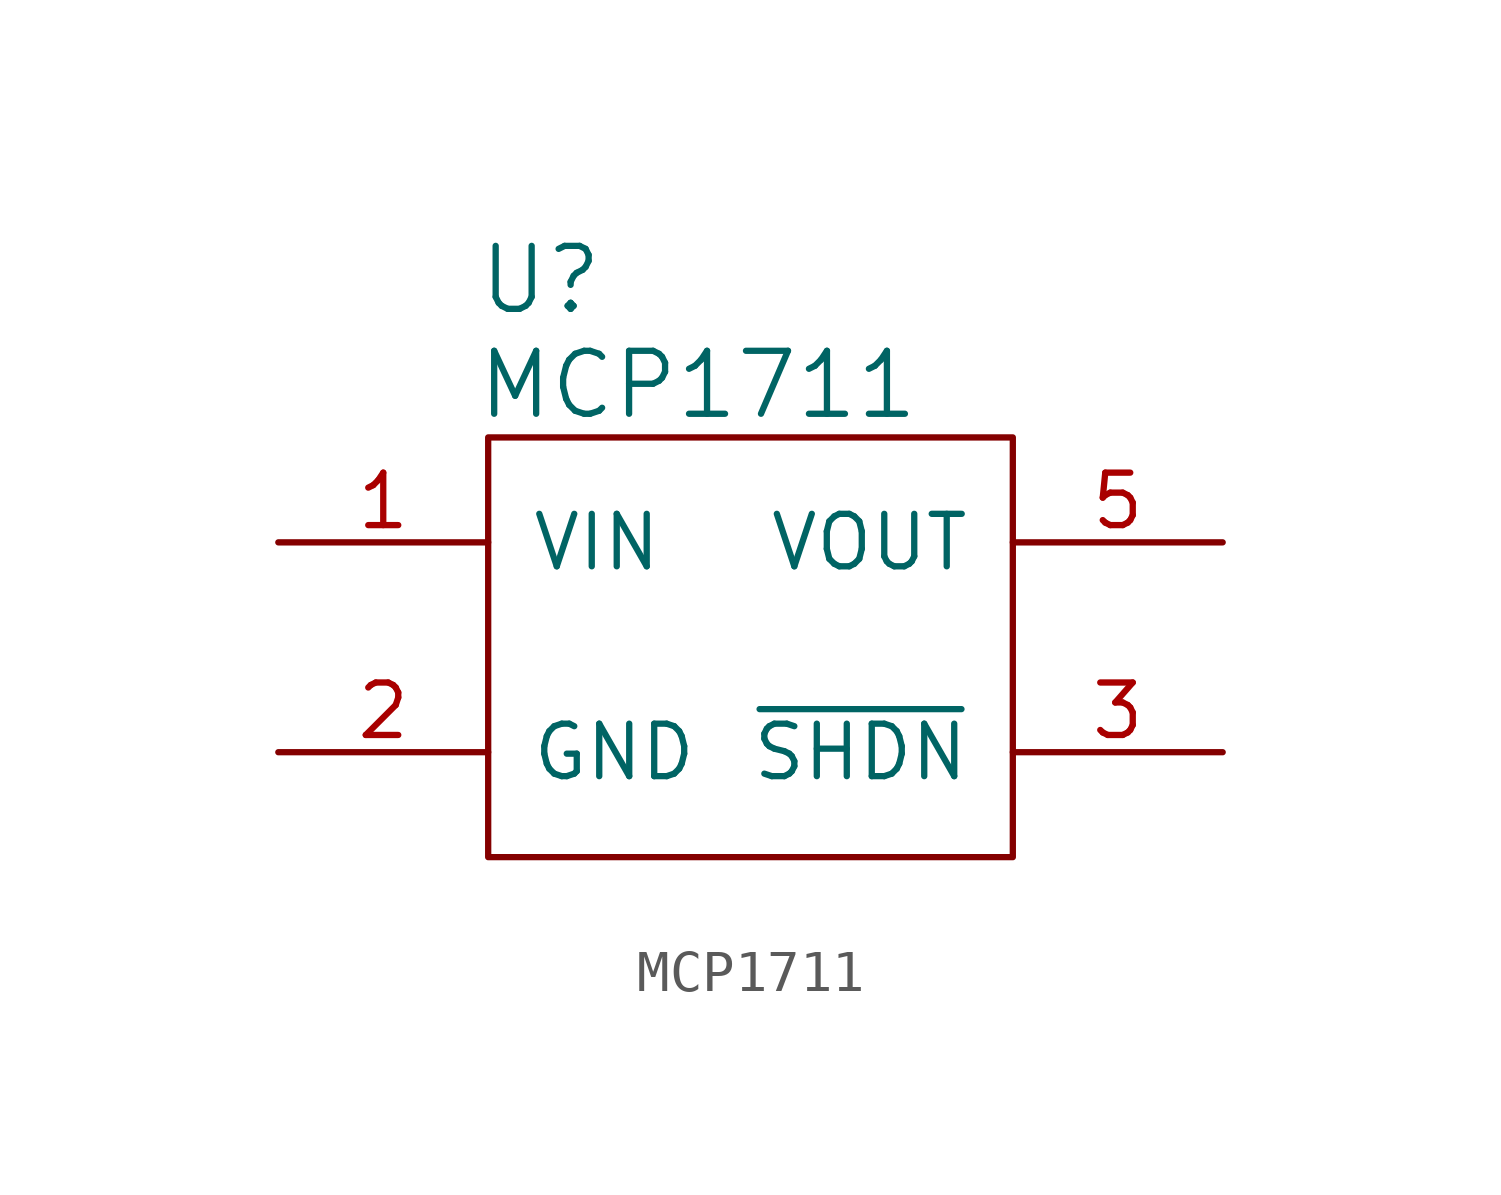
<source format=kicad_sym>
(kicad_symbol_lib
  (version 20211014)
  (generator kicad_symbol_editor)
  (symbol "MCP1711"
    (pin_names
      (offset 1.016))
    (property "Reference" "U"
      (at -6.35 8.89 0)
      (effects (font (size 1.524 1.524))))
    (property "Value" "MCP1711"
      (at -2.54 6.35 0)
      (effects (font (size 1.524 1.524))))
    (symbol "MCP1711_0_1"
      (rectangle (start 5.08 5.08) (end -7.62 -5.08) (stroke (width 0) (type default) (color 0 0 0 0)) (fill (type none))))
    (symbol "MCP1711_1_1"
      (pin input line (at -12.7 2.54 0) (length 5.08) (name "VIN" (effects (font (size 1.27 1.27)))) (number "1" (effects (font (size 1.27 1.27)))))
      (pin input line (at -12.7 -2.54 0) (length 5.08) (name "GND~{}" (effects (font (size 1.27 1.27)))) (number "2" (effects (font (size 1.27 1.27)))))
      (pin input line (at 10.16 -2.54 180) (length 5.08) (name "~{SHDN}" (effects (font (size 1.27 1.27)))) (number "3" (effects (font (size 1.27 1.27)))))
      (pin input line (at -1.27 -5.08 270) (length 0) hide (name "SS" (effects (font (size 1.27 1.27)))) (number "4" (effects (font (size 1.27 1.27)))))
      (pin power_out line (at 10.16 2.54 180) (length 5.08) (name "VOUT" (effects (font (size 1.27 1.27)))) (number "5" (effects (font (size 1.27 1.27))))))))
</source>
